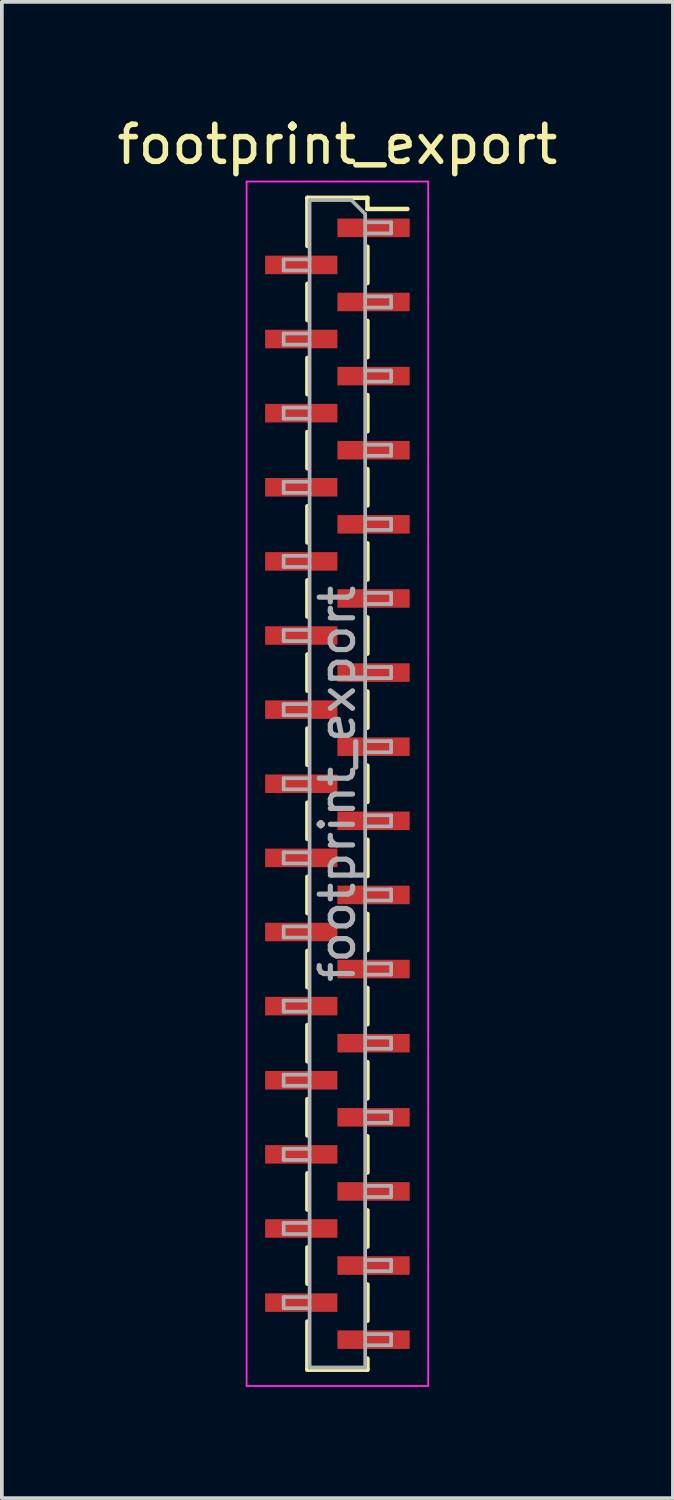
<source format=kicad_pcb>
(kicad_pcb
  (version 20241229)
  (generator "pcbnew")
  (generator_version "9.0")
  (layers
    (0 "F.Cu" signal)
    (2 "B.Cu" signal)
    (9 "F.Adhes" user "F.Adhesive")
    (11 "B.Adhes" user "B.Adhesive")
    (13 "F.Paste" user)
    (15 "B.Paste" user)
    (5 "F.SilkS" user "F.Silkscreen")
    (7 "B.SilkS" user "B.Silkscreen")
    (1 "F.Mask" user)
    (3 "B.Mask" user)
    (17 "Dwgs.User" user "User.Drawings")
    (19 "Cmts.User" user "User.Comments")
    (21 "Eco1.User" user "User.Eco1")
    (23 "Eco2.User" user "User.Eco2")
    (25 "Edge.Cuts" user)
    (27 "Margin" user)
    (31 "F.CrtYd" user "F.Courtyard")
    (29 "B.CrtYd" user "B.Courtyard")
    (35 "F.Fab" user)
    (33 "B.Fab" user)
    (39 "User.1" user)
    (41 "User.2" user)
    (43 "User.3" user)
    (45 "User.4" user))
  (footprint "footprint_export"
    (layer "F.Cu")
    (at 6.054 18.098)
    (property "Reference" "footprint_export" (at 0 -17.25 0) (layer "F.SilkS") (effects (font (size 1 1) (thickness 0.15))))
    (attr smd)
    (fp_line (start -0.81 -15.81) (end -0.81 -14.51) (stroke (width 0.12) (type solid)) (layer "F.SilkS"))
    (fp_line (start -0.81 -15.81) (end 0.81 -15.81) (stroke (width 0.12) (type solid)) (layer "F.SilkS"))
    (fp_line (start -0.81 -13.49) (end -0.81 -12.51) (stroke (width 0.12) (type solid)) (layer "F.SilkS"))
    (fp_line (start -0.81 -11.49) (end -0.81 -10.51) (stroke (width 0.12) (type solid)) (layer "F.SilkS"))
    (fp_line (start -0.81 -9.49) (end -0.81 -8.51) (stroke (width 0.12) (type solid)) (layer "F.SilkS"))
    (fp_line (start -0.81 -7.49) (end -0.81 -6.51) (stroke (width 0.12) (type solid)) (layer "F.SilkS"))
    (fp_line (start -0.81 -5.49) (end -0.81 -4.51) (stroke (width 0.12) (type solid)) (layer "F.SilkS"))
    (fp_line (start -0.81 -3.49) (end -0.81 -2.51) (stroke (width 0.12) (type solid)) (layer "F.SilkS"))
    (fp_line (start -0.81 -1.49) (end -0.81 -0.51) (stroke (width 0.12) (type solid)) (layer "F.SilkS"))
    (fp_line (start -0.81 0.51) (end -0.81 1.49) (stroke (width 0.12) (type solid)) (layer "F.SilkS"))
    (fp_line (start -0.81 2.51) (end -0.81 3.49) (stroke (width 0.12) (type solid)) (layer "F.SilkS"))
    (fp_line (start -0.81 4.51) (end -0.81 5.49) (stroke (width 0.12) (type solid)) (layer "F.SilkS"))
    (fp_line (start -0.81 6.51) (end -0.81 7.49) (stroke (width 0.12) (type solid)) (layer "F.SilkS"))
    (fp_line (start -0.81 8.51) (end -0.81 9.49) (stroke (width 0.12) (type solid)) (layer "F.SilkS"))
    (fp_line (start -0.81 10.51) (end -0.81 11.49) (stroke (width 0.12) (type solid)) (layer "F.SilkS"))
    (fp_line (start -0.81 12.51) (end -0.81 13.49) (stroke (width 0.12) (type solid)) (layer "F.SilkS"))
    (fp_line (start -0.81 14.51) (end -0.81 15.81) (stroke (width 0.12) (type solid)) (layer "F.SilkS"))
    (fp_line (start -0.81 15.81) (end 0.81 15.81) (stroke (width 0.12) (type solid)) (layer "F.SilkS"))
    (fp_line (start 0.81 -15.81) (end 0.81 -15.51) (stroke (width 0.12) (type solid)) (layer "F.SilkS"))
    (fp_line (start 0.81 -15.51) (end 1.89 -15.51) (stroke (width 0.12) (type solid)) (layer "F.SilkS"))
    (fp_line (start 0.81 -14.49) (end 0.81 -13.51) (stroke (width 0.12) (type solid)) (layer "F.SilkS"))
    (fp_line (start 0.81 -12.49) (end 0.81 -11.51) (stroke (width 0.12) (type solid)) (layer "F.SilkS"))
    (fp_line (start 0.81 -10.49) (end 0.81 -9.51) (stroke (width 0.12) (type solid)) (layer "F.SilkS"))
    (fp_line (start 0.81 -8.49) (end 0.81 -7.51) (stroke (width 0.12) (type solid)) (layer "F.SilkS"))
    (fp_line (start 0.81 -6.49) (end 0.81 -5.51) (stroke (width 0.12) (type solid)) (layer "F.SilkS"))
    (fp_line (start 0.81 -4.49) (end 0.81 -3.51) (stroke (width 0.12) (type solid)) (layer "F.SilkS"))
    (fp_line (start 0.81 -2.49) (end 0.81 -1.51) (stroke (width 0.12) (type solid)) (layer "F.SilkS"))
    (fp_line (start 0.81 -0.49) (end 0.81 0.49) (stroke (width 0.12) (type solid)) (layer "F.SilkS"))
    (fp_line (start 0.81 1.51) (end 0.81 2.49) (stroke (width 0.12) (type solid)) (layer "F.SilkS"))
    (fp_line (start 0.81 3.51) (end 0.81 4.49) (stroke (width 0.12) (type solid)) (layer "F.SilkS"))
    (fp_line (start 0.81 5.51) (end 0.81 6.49) (stroke (width 0.12) (type solid)) (layer "F.SilkS"))
    (fp_line (start 0.81 7.51) (end 0.81 8.49) (stroke (width 0.12) (type solid)) (layer "F.SilkS"))
    (fp_line (start 0.81 9.51) (end 0.81 10.49) (stroke (width 0.12) (type solid)) (layer "F.SilkS"))
    (fp_line (start 0.81 11.51) (end 0.81 12.49) (stroke (width 0.12) (type solid)) (layer "F.SilkS"))
    (fp_line (start 0.81 13.51) (end 0.81 14.49) (stroke (width 0.12) (type solid)) (layer "F.SilkS"))
    (fp_line (start 0.81 15.51) (end 0.81 15.81) (stroke (width 0.12) (type solid)) (layer "F.SilkS"))
    (fp_line (start -2.45 -16.25) (end 2.45 -16.25) (stroke (width 0.05) (type solid)) (layer "F.CrtYd"))
    (fp_line (start -2.45 16.25) (end -2.45 -16.25) (stroke (width 0.05) (type solid)) (layer "F.CrtYd"))
    (fp_line (start 2.45 -16.25) (end 2.45 16.25) (stroke (width 0.05) (type solid)) (layer "F.CrtYd"))
    (fp_line (start 2.45 16.25) (end -2.45 16.25) (stroke (width 0.05) (type solid)) (layer "F.CrtYd"))
    (fp_line (start -1.45 -14.15) (end -0.75 -14.15) (stroke (width 0.1) (type solid)) (layer "F.Fab"))
    (fp_line (start -1.45 -13.85) (end -1.45 -14.15) (stroke (width 0.1) (type solid)) (layer "F.Fab"))
    (fp_line (start -1.45 -12.15) (end -0.75 -12.15) (stroke (width 0.1) (type solid)) (layer "F.Fab"))
    (fp_line (start -1.45 -11.85) (end -1.45 -12.15) (stroke (width 0.1) (type solid)) (layer "F.Fab"))
    (fp_line (start -1.45 -10.15) (end -0.75 -10.15) (stroke (width 0.1) (type solid)) (layer "F.Fab"))
    (fp_line (start -1.45 -9.85) (end -1.45 -10.15) (stroke (width 0.1) (type solid)) (layer "F.Fab"))
    (fp_line (start -1.45 -8.15) (end -0.75 -8.15) (stroke (width 0.1) (type solid)) (layer "F.Fab"))
    (fp_line (start -1.45 -7.85) (end -1.45 -8.15) (stroke (width 0.1) (type solid)) (layer "F.Fab"))
    (fp_line (start -1.45 -6.15) (end -0.75 -6.15) (stroke (width 0.1) (type solid)) (layer "F.Fab"))
    (fp_line (start -1.45 -5.85) (end -1.45 -6.15) (stroke (width 0.1) (type solid)) (layer "F.Fab"))
    (fp_line (start -1.45 -4.15) (end -0.75 -4.15) (stroke (width 0.1) (type solid)) (layer "F.Fab"))
    (fp_line (start -1.45 -3.85) (end -1.45 -4.15) (stroke (width 0.1) (type solid)) (layer "F.Fab"))
    (fp_line (start -1.45 -2.15) (end -0.75 -2.15) (stroke (width 0.1) (type solid)) (layer "F.Fab"))
    (fp_line (start -1.45 -1.85) (end -1.45 -2.15) (stroke (width 0.1) (type solid)) (layer "F.Fab"))
    (fp_line (start -1.45 -0.15) (end -0.75 -0.15) (stroke (width 0.1) (type solid)) (layer "F.Fab"))
    (fp_line (start -1.45 0.15) (end -1.45 -0.15) (stroke (width 0.1) (type solid)) (layer "F.Fab"))
    (fp_line (start -1.45 1.85) (end -0.75 1.85) (stroke (width 0.1) (type solid)) (layer "F.Fab"))
    (fp_line (start -1.45 2.15) (end -1.45 1.85) (stroke (width 0.1) (type solid)) (layer "F.Fab"))
    (fp_line (start -1.45 3.85) (end -0.75 3.85) (stroke (width 0.1) (type solid)) (layer "F.Fab"))
    (fp_line (start -1.45 4.15) (end -1.45 3.85) (stroke (width 0.1) (type solid)) (layer "F.Fab"))
    (fp_line (start -1.45 5.85) (end -0.75 5.85) (stroke (width 0.1) (type solid)) (layer "F.Fab"))
    (fp_line (start -1.45 6.15) (end -1.45 5.85) (stroke (width 0.1) (type solid)) (layer "F.Fab"))
    (fp_line (start -1.45 7.85) (end -0.75 7.85) (stroke (width 0.1) (type solid)) (layer "F.Fab"))
    (fp_line (start -1.45 8.15) (end -1.45 7.85) (stroke (width 0.1) (type solid)) (layer "F.Fab"))
    (fp_line (start -1.45 9.85) (end -0.75 9.85) (stroke (width 0.1) (type solid)) (layer "F.Fab"))
    (fp_line (start -1.45 10.15) (end -1.45 9.85) (stroke (width 0.1) (type solid)) (layer "F.Fab"))
    (fp_line (start -1.45 11.85) (end -0.75 11.85) (stroke (width 0.1) (type solid)) (layer "F.Fab"))
    (fp_line (start -1.45 12.15) (end -1.45 11.85) (stroke (width 0.1) (type solid)) (layer "F.Fab"))
    (fp_line (start -1.45 13.85) (end -0.75 13.85) (stroke (width 0.1) (type solid)) (layer "F.Fab"))
    (fp_line (start -1.45 14.15) (end -1.45 13.85) (stroke (width 0.1) (type solid)) (layer "F.Fab"))
    (fp_line (start -0.75 -15.75) (end 0.375 -15.75) (stroke (width 0.1) (type solid)) (layer "F.Fab"))
    (fp_line (start -0.75 -13.85) (end -1.45 -13.85) (stroke (width 0.1) (type solid)) (layer "F.Fab"))
    (fp_line (start -0.75 -11.85) (end -1.45 -11.85) (stroke (width 0.1) (type solid)) (layer "F.Fab"))
    (fp_line (start -0.75 -9.85) (end -1.45 -9.85) (stroke (width 0.1) (type solid)) (layer "F.Fab"))
    (fp_line (start -0.75 -7.85) (end -1.45 -7.85) (stroke (width 0.1) (type solid)) (layer "F.Fab"))
    (fp_line (start -0.75 -5.85) (end -1.45 -5.85) (stroke (width 0.1) (type solid)) (layer "F.Fab"))
    (fp_line (start -0.75 -3.85) (end -1.45 -3.85) (stroke (width 0.1) (type solid)) (layer "F.Fab"))
    (fp_line (start -0.75 -1.85) (end -1.45 -1.85) (stroke (width 0.1) (type solid)) (layer "F.Fab"))
    (fp_line (start -0.75 0.15) (end -1.45 0.15) (stroke (width 0.1) (type solid)) (layer "F.Fab"))
    (fp_line (start -0.75 2.15) (end -1.45 2.15) (stroke (width 0.1) (type solid)) (layer "F.Fab"))
    (fp_line (start -0.75 4.15) (end -1.45 4.15) (stroke (width 0.1) (type solid)) (layer "F.Fab"))
    (fp_line (start -0.75 6.15) (end -1.45 6.15) (stroke (width 0.1) (type solid)) (layer "F.Fab"))
    (fp_line (start -0.75 8.15) (end -1.45 8.15) (stroke (width 0.1) (type solid)) (layer "F.Fab"))
    (fp_line (start -0.75 10.15) (end -1.45 10.15) (stroke (width 0.1) (type solid)) (layer "F.Fab"))
    (fp_line (start -0.75 12.15) (end -1.45 12.15) (stroke (width 0.1) (type solid)) (layer "F.Fab"))
    (fp_line (start -0.75 14.15) (end -1.45 14.15) (stroke (width 0.1) (type solid)) (layer "F.Fab"))
    (fp_line (start -0.75 15.75) (end -0.75 -15.75) (stroke (width 0.1) (type solid)) (layer "F.Fab"))
    (fp_line (start 0.375 -15.75) (end 0.75 -15.375) (stroke (width 0.1) (type solid)) (layer "F.Fab"))
    (fp_line (start 0.75 -15.375) (end 0.75 15.75) (stroke (width 0.1) (type solid)) (layer "F.Fab"))
    (fp_line (start 0.75 -15.15) (end 1.45 -15.15) (stroke (width 0.1) (type solid)) (layer "F.Fab"))
    (fp_line (start 0.75 -13.15) (end 1.45 -13.15) (stroke (width 0.1) (type solid)) (layer "F.Fab"))
    (fp_line (start 0.75 -11.15) (end 1.45 -11.15) (stroke (width 0.1) (type solid)) (layer "F.Fab"))
    (fp_line (start 0.75 -9.15) (end 1.45 -9.15) (stroke (width 0.1) (type solid)) (layer "F.Fab"))
    (fp_line (start 0.75 -7.15) (end 1.45 -7.15) (stroke (width 0.1) (type solid)) (layer "F.Fab"))
    (fp_line (start 0.75 -5.15) (end 1.45 -5.15) (stroke (width 0.1) (type solid)) (layer "F.Fab"))
    (fp_line (start 0.75 -3.15) (end 1.45 -3.15) (stroke (width 0.1) (type solid)) (layer "F.Fab"))
    (fp_line (start 0.75 -1.15) (end 1.45 -1.15) (stroke (width 0.1) (type solid)) (layer "F.Fab"))
    (fp_line (start 0.75 0.85) (end 1.45 0.85) (stroke (width 0.1) (type solid)) (layer "F.Fab"))
    (fp_line (start 0.75 2.85) (end 1.45 2.85) (stroke (width 0.1) (type solid)) (layer "F.Fab"))
    (fp_line (start 0.75 4.85) (end 1.45 4.85) (stroke (width 0.1) (type solid)) (layer "F.Fab"))
    (fp_line (start 0.75 6.85) (end 1.45 6.85) (stroke (width 0.1) (type solid)) (layer "F.Fab"))
    (fp_line (start 0.75 8.85) (end 1.45 8.85) (stroke (width 0.1) (type solid)) (layer "F.Fab"))
    (fp_line (start 0.75 10.85) (end 1.45 10.85) (stroke (width 0.1) (type solid)) (layer "F.Fab"))
    (fp_line (start 0.75 12.85) (end 1.45 12.85) (stroke (width 0.1) (type solid)) (layer "F.Fab"))
    (fp_line (start 0.75 14.85) (end 1.45 14.85) (stroke (width 0.1) (type solid)) (layer "F.Fab"))
    (fp_line (start 0.75 15.75) (end -0.75 15.75) (stroke (width 0.1) (type solid)) (layer "F.Fab"))
    (fp_line (start 1.45 -15.15) (end 1.45 -14.85) (stroke (width 0.1) (type solid)) (layer "F.Fab"))
    (fp_line (start 1.45 -14.85) (end 0.75 -14.85) (stroke (width 0.1) (type solid)) (layer "F.Fab"))
    (fp_line (start 1.45 -13.15) (end 1.45 -12.85) (stroke (width 0.1) (type solid)) (layer "F.Fab"))
    (fp_line (start 1.45 -12.85) (end 0.75 -12.85) (stroke (width 0.1) (type solid)) (layer "F.Fab"))
    (fp_line (start 1.45 -11.15) (end 1.45 -10.85) (stroke (width 0.1) (type solid)) (layer "F.Fab"))
    (fp_line (start 1.45 -10.85) (end 0.75 -10.85) (stroke (width 0.1) (type solid)) (layer "F.Fab"))
    (fp_line (start 1.45 -9.15) (end 1.45 -8.85) (stroke (width 0.1) (type solid)) (layer "F.Fab"))
    (fp_line (start 1.45 -8.85) (end 0.75 -8.85) (stroke (width 0.1) (type solid)) (layer "F.Fab"))
    (fp_line (start 1.45 -7.15) (end 1.45 -6.85) (stroke (width 0.1) (type solid)) (layer "F.Fab"))
    (fp_line (start 1.45 -6.85) (end 0.75 -6.85) (stroke (width 0.1) (type solid)) (layer "F.Fab"))
    (fp_line (start 1.45 -5.15) (end 1.45 -4.85) (stroke (width 0.1) (type solid)) (layer "F.Fab"))
    (fp_line (start 1.45 -4.85) (end 0.75 -4.85) (stroke (width 0.1) (type solid)) (layer "F.Fab"))
    (fp_line (start 1.45 -3.15) (end 1.45 -2.85) (stroke (width 0.1) (type solid)) (layer "F.Fab"))
    (fp_line (start 1.45 -2.85) (end 0.75 -2.85) (stroke (width 0.1) (type solid)) (layer "F.Fab"))
    (fp_line (start 1.45 -1.15) (end 1.45 -0.85) (stroke (width 0.1) (type solid)) (layer "F.Fab"))
    (fp_line (start 1.45 -0.85) (end 0.75 -0.85) (stroke (width 0.1) (type solid)) (layer "F.Fab"))
    (fp_line (start 1.45 0.85) (end 1.45 1.15) (stroke (width 0.1) (type solid)) (layer "F.Fab"))
    (fp_line (start 1.45 1.15) (end 0.75 1.15) (stroke (width 0.1) (type solid)) (layer "F.Fab"))
    (fp_line (start 1.45 2.85) (end 1.45 3.15) (stroke (width 0.1) (type solid)) (layer "F.Fab"))
    (fp_line (start 1.45 3.15) (end 0.75 3.15) (stroke (width 0.1) (type solid)) (layer "F.Fab"))
    (fp_line (start 1.45 4.85) (end 1.45 5.15) (stroke (width 0.1) (type solid)) (layer "F.Fab"))
    (fp_line (start 1.45 5.15) (end 0.75 5.15) (stroke (width 0.1) (type solid)) (layer "F.Fab"))
    (fp_line (start 1.45 6.85) (end 1.45 7.15) (stroke (width 0.1) (type solid)) (layer "F.Fab"))
    (fp_line (start 1.45 7.15) (end 0.75 7.15) (stroke (width 0.1) (type solid)) (layer "F.Fab"))
    (fp_line (start 1.45 8.85) (end 1.45 9.15) (stroke (width 0.1) (type solid)) (layer "F.Fab"))
    (fp_line (start 1.45 9.15) (end 0.75 9.15) (stroke (width 0.1) (type solid)) (layer "F.Fab"))
    (fp_line (start 1.45 10.85) (end 1.45 11.15) (stroke (width 0.1) (type solid)) (layer "F.Fab"))
    (fp_line (start 1.45 11.15) (end 0.75 11.15) (stroke (width 0.1) (type solid)) (layer "F.Fab"))
    (fp_line (start 1.45 12.85) (end 1.45 13.15) (stroke (width 0.1) (type solid)) (layer "F.Fab"))
    (fp_line (start 1.45 13.15) (end 0.75 13.15) (stroke (width 0.1) (type solid)) (layer "F.Fab"))
    (fp_line (start 1.45 14.85) (end 1.45 15.15) (stroke (width 0.1) (type solid)) (layer "F.Fab"))
    (fp_line (start 1.45 15.15) (end 0.75 15.15) (stroke (width 0.1) (type solid)) (layer "F.Fab"))
    (fp_text user "${REFERENCE}" (at 0 0 90) (layer "F.Fab") (effects (font (size 0.9 0.9) (thickness 0.14))))
    (pad "1" smd rect (at 0.975 -15) (size 1.95 0.5) (layers "F.Cu" "F.Mask" "F.Paste"))
    (pad "2" smd rect (at -0.975 -14) (size 1.95 0.5) (layers "F.Cu" "F.Mask" "F.Paste"))
    (pad "3" smd rect (at 0.975 -13) (size 1.95 0.5) (layers "F.Cu" "F.Mask" "F.Paste"))
    (pad "4" smd rect (at -0.975 -12) (size 1.95 0.5) (layers "F.Cu" "F.Mask" "F.Paste"))
    (pad "5" smd rect (at 0.975 -11) (size 1.95 0.5) (layers "F.Cu" "F.Mask" "F.Paste"))
    (pad "6" smd rect (at -0.975 -10) (size 1.95 0.5) (layers "F.Cu" "F.Mask" "F.Paste"))
    (pad "7" smd rect (at 0.975 -9) (size 1.95 0.5) (layers "F.Cu" "F.Mask" "F.Paste"))
    (pad "8" smd rect (at -0.975 -8) (size 1.95 0.5) (layers "F.Cu" "F.Mask" "F.Paste"))
    (pad "9" smd rect (at 0.975 -7) (size 1.95 0.5) (layers "F.Cu" "F.Mask" "F.Paste"))
    (pad "10" smd rect (at -0.975 -6) (size 1.95 0.5) (layers "F.Cu" "F.Mask" "F.Paste"))
    (pad "11" smd rect (at 0.975 -5) (size 1.95 0.5) (layers "F.Cu" "F.Mask" "F.Paste"))
    (pad "12" smd rect (at -0.975 -4) (size 1.95 0.5) (layers "F.Cu" "F.Mask" "F.Paste"))
    (pad "13" smd rect (at 0.975 -3) (size 1.95 0.5) (layers "F.Cu" "F.Mask" "F.Paste"))
    (pad "14" smd rect (at -0.975 -2) (size 1.95 0.5) (layers "F.Cu" "F.Mask" "F.Paste"))
    (pad "15" smd rect (at 0.975 -1) (size 1.95 0.5) (layers "F.Cu" "F.Mask" "F.Paste"))
    (pad "16" smd rect (at -0.975 0) (size 1.95 0.5) (layers "F.Cu" "F.Mask" "F.Paste"))
    (pad "17" smd rect (at 0.975 1) (size 1.95 0.5) (layers "F.Cu" "F.Mask" "F.Paste"))
    (pad "18" smd rect (at -0.975 2) (size 1.95 0.5) (layers "F.Cu" "F.Mask" "F.Paste"))
    (pad "19" smd rect (at 0.975 3) (size 1.95 0.5) (layers "F.Cu" "F.Mask" "F.Paste"))
    (pad "20" smd rect (at -0.975 4) (size 1.95 0.5) (layers "F.Cu" "F.Mask" "F.Paste"))
    (pad "21" smd rect (at 0.975 5) (size 1.95 0.5) (layers "F.Cu" "F.Mask" "F.Paste"))
    (pad "22" smd rect (at -0.975 6) (size 1.95 0.5) (layers "F.Cu" "F.Mask" "F.Paste"))
    (pad "23" smd rect (at 0.975 7) (size 1.95 0.5) (layers "F.Cu" "F.Mask" "F.Paste"))
    (pad "24" smd rect (at -0.975 8) (size 1.95 0.5) (layers "F.Cu" "F.Mask" "F.Paste"))
    (pad "25" smd rect (at 0.975 9) (size 1.95 0.5) (layers "F.Cu" "F.Mask" "F.Paste"))
    (pad "26" smd rect (at -0.975 10) (size 1.95 0.5) (layers "F.Cu" "F.Mask" "F.Paste"))
    (pad "27" smd rect (at 0.975 11) (size 1.95 0.5) (layers "F.Cu" "F.Mask" "F.Paste"))
    (pad "28" smd rect (at -0.975 12) (size 1.95 0.5) (layers "F.Cu" "F.Mask" "F.Paste"))
    (pad "29" smd rect (at 0.975 13) (size 1.95 0.5) (layers "F.Cu" "F.Mask" "F.Paste"))
    (pad "30" smd rect (at -0.975 14) (size 1.95 0.5) (layers "F.Cu" "F.Mask" "F.Paste"))
    (pad "31" smd rect (at 0.975 15) (size 1.95 0.5) (layers "F.Cu" "F.Mask" "F.Paste")))
  (gr_rect
    (start -3 -3)
    (end 15.107 37.373)
    (stroke (width 0.1) (type default))
    (fill no)
    (layer "Edge.Cuts")))
</source>
